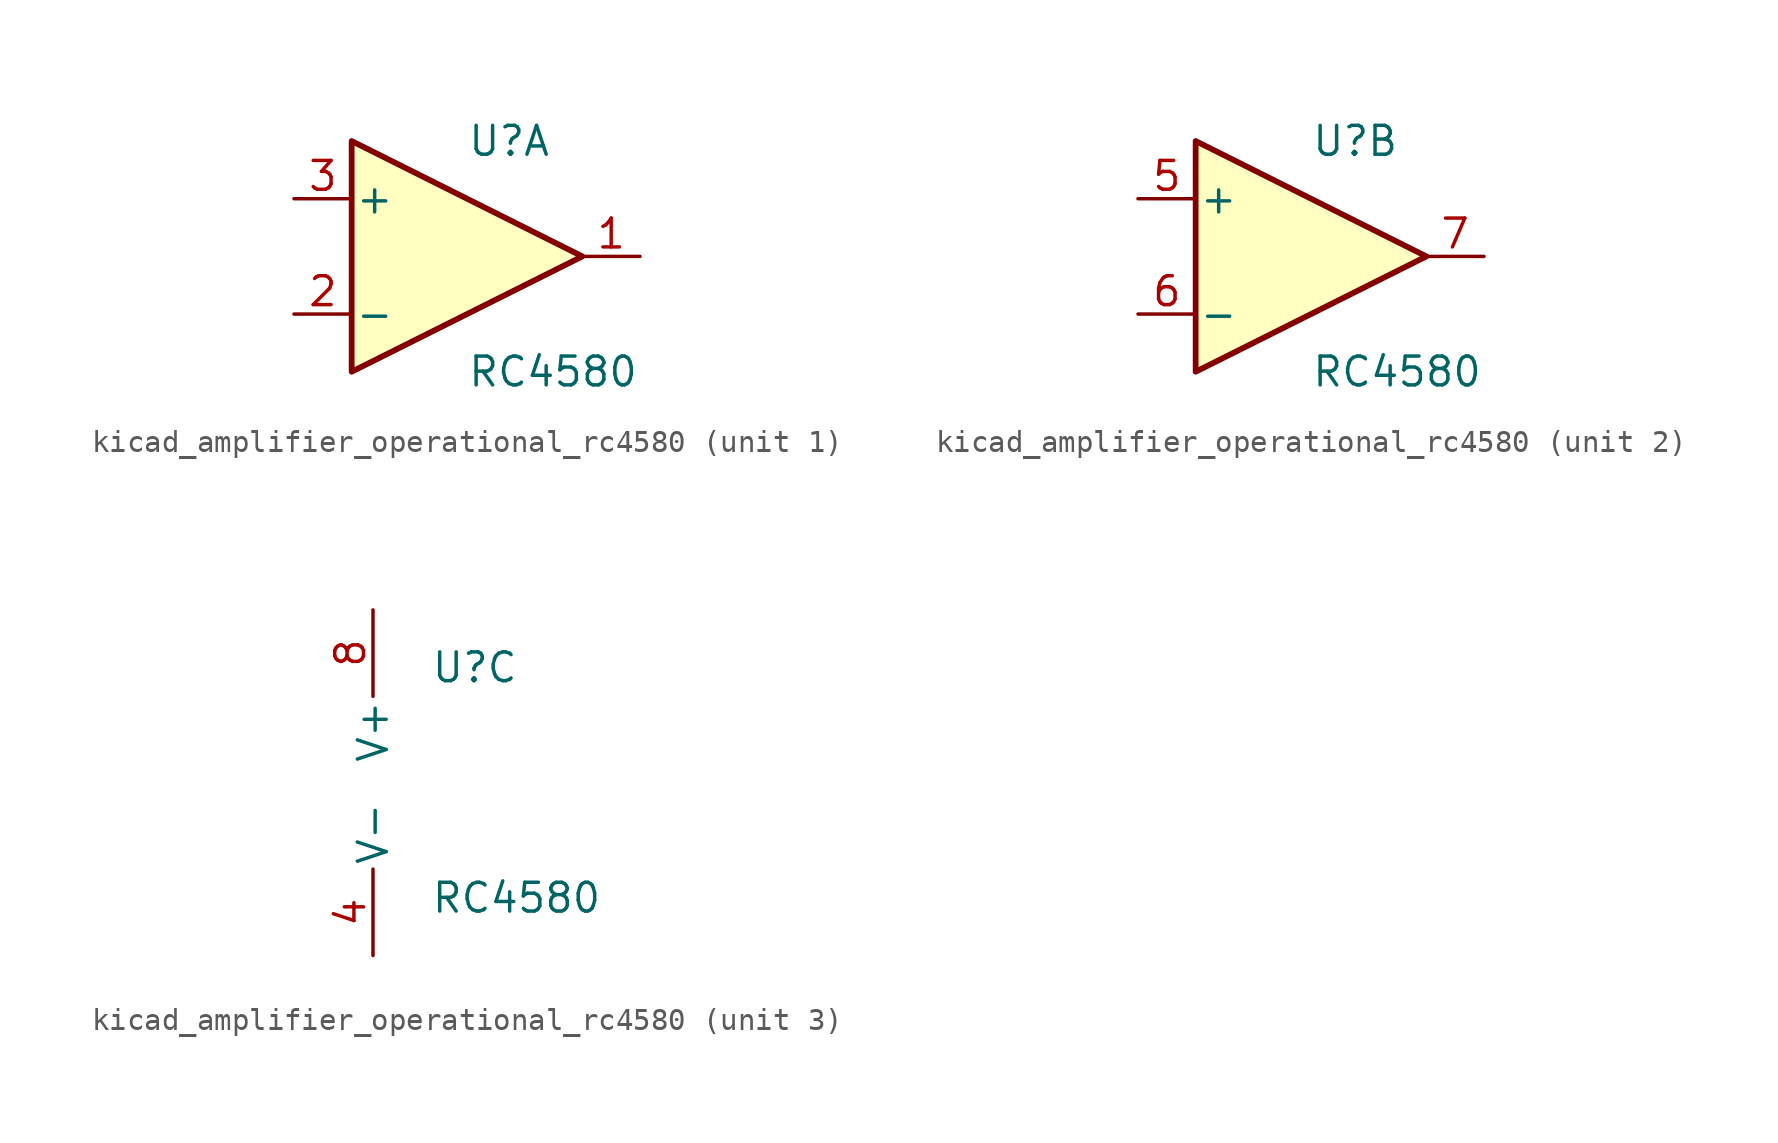
<source format=kicad_sym>
(kicad_symbol_lib
  (version 20220914)
  (generator kicad_symbol_editor)
  (symbol "kicad_amplifier_operational_rc4580"
    (pin_names
      (offset 0.127))
    (property "Reference" "U"
      (at 0 5.08 0)
      (effects (font (size 1.27 1.27)) (justify left)))
    (property "Value" "RC4580"
      (at 0 -5.08 0)
      (effects (font (size 1.27 1.27)) (justify left)))
    (property "ki_locked" ""
      (at 0 0 0)
      (effects (font (size 1.27 1.27))))
    (symbol "kicad_amplifier_operational_rc4580_1_1"
      (polyline (pts (xy -5.08 5.08) (xy 5.08 0) (xy -5.08 -5.08) (xy -5.08 5.08)) (stroke (width 0.254) (type default)) (fill (type background)))
      (pin output line (at 7.62 0 180) (length 2.54) (name "~" (effects (font (size 1.27 1.27)))) (number "1" (effects (font (size 1.27 1.27)))))
      (pin input line (at -7.62 -2.54 0) (length 2.54) (name "-" (effects (font (size 1.27 1.27)))) (number "2" (effects (font (size 1.27 1.27)))))
      (pin input line (at -7.62 2.54 0) (length 2.54) (name "+" (effects (font (size 1.27 1.27)))) (number "3" (effects (font (size 1.27 1.27))))))
    (symbol "kicad_amplifier_operational_rc4580_2_1"
      (polyline (pts (xy -5.08 5.08) (xy 5.08 0) (xy -5.08 -5.08) (xy -5.08 5.08)) (stroke (width 0.254) (type default)) (fill (type background)))
      (pin input line (at -7.62 2.54 0) (length 2.54) (name "+" (effects (font (size 1.27 1.27)))) (number "5" (effects (font (size 1.27 1.27)))))
      (pin input line (at -7.62 -2.54 0) (length 2.54) (name "-" (effects (font (size 1.27 1.27)))) (number "6" (effects (font (size 1.27 1.27)))))
      (pin output line (at 7.62 0 180) (length 2.54) (name "~" (effects (font (size 1.27 1.27)))) (number "7" (effects (font (size 1.27 1.27))))))
    (symbol "kicad_amplifier_operational_rc4580_3_1"
      (pin power_in line (at -2.54 -7.62 90) (length 3.81) (name "V-" (effects (font (size 1.27 1.27)))) (number "4" (effects (font (size 1.27 1.27)))))
      (pin power_in line (at -2.54 7.62 270) (length 3.81) (name "V+" (effects (font (size 1.27 1.27)))) (number "8" (effects (font (size 1.27 1.27))))))))
</source>
